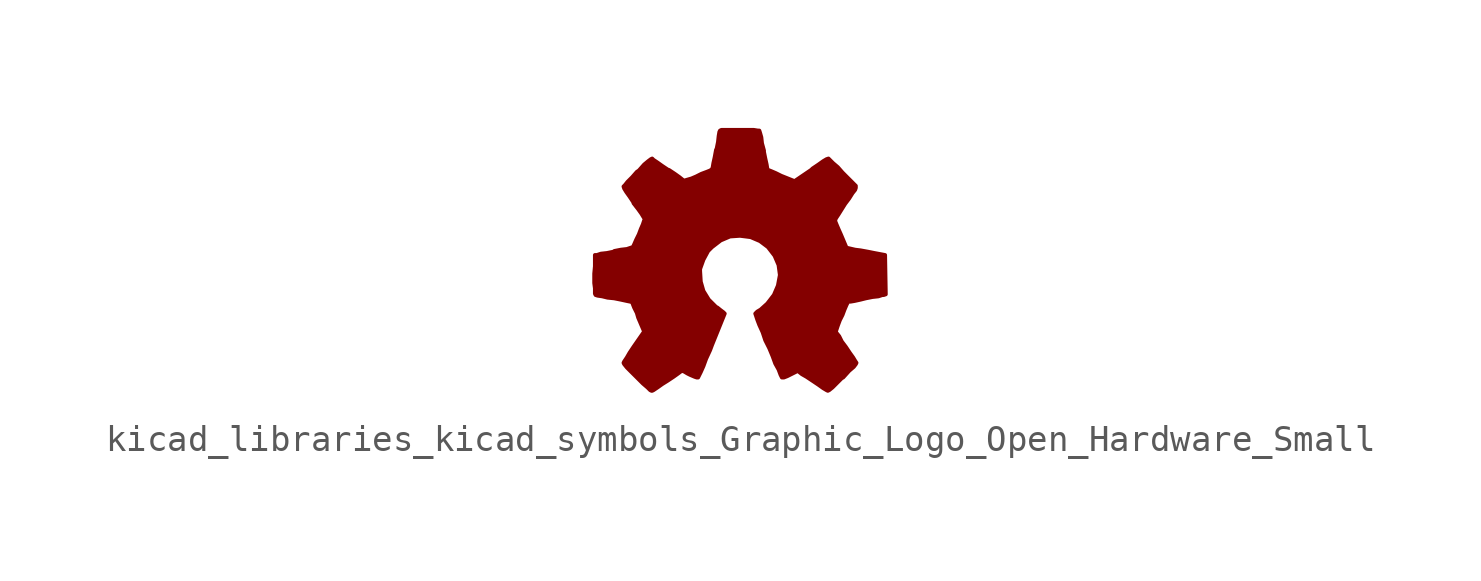
<source format=kicad_sym>
(kicad_symbol_lib
  (version 20220914)
  (generator kicad_symbol_editor)
  (symbol "kicad_libraries_kicad_symbols_Graphic_Logo_Open_Hardware_Small"
    (property "Reference" "#SYM"
      (at 0 6.985 0)
      (effects (font (size 1.27 1.27)) hide))
    (symbol "kicad_libraries_kicad_symbols_Graphic_Logo_Open_Hardware_Small_0_1"
      (polyline (pts (xy 3.353 -4.343) (xy 3.302 -4.318) (xy 3.175 -4.242) (xy 2.997 -4.115) (xy 2.769 -3.962) (xy 2.54 -3.81) (xy 2.362 -3.708) (xy 2.235 -3.607) (xy 2.184 -3.581) (xy 2.159 -3.607) (xy 2.057 -3.658) (xy 1.905 -3.734) (xy 1.803 -3.785) (xy 1.676 -3.835) (xy 1.6 -3.835) (xy 1.6 -3.835) (xy 1.549 -3.734) (xy 1.473 -3.531) (xy 1.346 -3.302) (xy 1.245 -3.023) (xy 1.118 -2.718) (xy 0.965 -2.413) (xy 0.864 -2.108) (xy 0.737 -1.829) (xy 0.66 -1.626) (xy 0.61 -1.473) (xy 0.584 -1.397) (xy 0.584 -1.397) (xy 0.66 -1.321) (xy 0.787 -1.245) (xy 1.041 -1.016) (xy 1.295 -0.686) (xy 1.448 -0.33) (xy 1.524 0.076) (xy 1.473 0.457) (xy 1.321 0.813) (xy 1.067 1.143) (xy 0.762 1.372) (xy 0.406 1.524) (xy 0 1.575) (xy -0.381 1.549) (xy -0.737 1.397) (xy -1.067 1.143) (xy -1.219 0.991) (xy -1.397 0.66) (xy -1.524 0.305) (xy -1.524 0.229) (xy -1.499 -0.178) (xy -1.397 -0.533) (xy -1.194 -0.864) (xy -0.914 -1.143) (xy -0.864 -1.168) (xy -0.737 -1.27) (xy -0.635 -1.346) (xy -0.584 -1.397) (xy -1.067 -2.591) (xy -1.143 -2.794) (xy -1.295 -3.124) (xy -1.397 -3.404) (xy -1.499 -3.632) (xy -1.575 -3.785) (xy -1.6 -3.835) (xy -1.6 -3.835) (xy -1.651 -3.835) (xy -1.727 -3.81) (xy -1.905 -3.734) (xy -2.007 -3.683) (xy -2.134 -3.607) (xy -2.21 -3.581) (xy -2.261 -3.607) (xy -2.362 -3.683) (xy -2.54 -3.81) (xy -2.769 -3.962) (xy -2.972 -4.089) (xy -3.15 -4.216) (xy -3.302 -4.318) (xy -3.353 -4.343) (xy -3.378 -4.343) (xy -3.429 -4.318) (xy -3.531 -4.216) (xy -3.708 -4.064) (xy -3.937 -3.835) (xy -3.962 -3.81) (xy -4.166 -3.607) (xy -4.318 -3.454) (xy -4.42 -3.327) (xy -4.445 -3.277) (xy -4.445 -3.277) (xy -4.42 -3.226) (xy -4.318 -3.073) (xy -4.216 -2.896) (xy -4.064 -2.667) (xy -3.658 -2.083) (xy -3.886 -1.549) (xy -3.937 -1.372) (xy -4.039 -1.168) (xy -4.089 -1.041) (xy -4.115 -0.965) (xy -4.191 -0.94) (xy -4.318 -0.914) (xy -4.547 -0.864) (xy -4.801 -0.813) (xy -5.055 -0.787) (xy -5.258 -0.737) (xy -5.436 -0.711) (xy -5.512 -0.686) (xy -5.512 -0.686) (xy -5.537 -0.635) (xy -5.537 -0.559) (xy -5.537 -0.432) (xy -5.563 -0.229) (xy -5.563 0.076) (xy -5.563 0.127) (xy -5.537 0.406) (xy -5.537 0.635) (xy -5.537 0.762) (xy -5.537 0.838) (xy -5.537 0.838) (xy -5.461 0.838) (xy -5.309 0.889) (xy -5.08 0.914) (xy -4.826 0.965) (xy -4.801 0.991) (xy -4.547 1.041) (xy -4.318 1.067) (xy -4.166 1.118) (xy -4.089 1.143) (xy -4.089 1.143) (xy -4.039 1.245) (xy -3.962 1.422) (xy -3.861 1.626) (xy -3.785 1.829) (xy -3.708 2.007) (xy -3.658 2.159) (xy -3.632 2.21) (xy -3.632 2.21) (xy -3.683 2.286) (xy -3.759 2.413) (xy -3.886 2.591) (xy -4.064 2.819) (xy -4.064 2.845) (xy -4.216 3.073) (xy -4.343 3.251) (xy -4.42 3.378) (xy -4.445 3.454) (xy -4.445 3.454) (xy -4.394 3.505) (xy -4.293 3.632) (xy -4.115 3.81) (xy -3.937 4.013) (xy -3.861 4.064) (xy -3.658 4.293) (xy -3.505 4.42) (xy -3.404 4.496) (xy -3.353 4.521) (xy -3.353 4.521) (xy -3.302 4.47) (xy -3.15 4.369) (xy -2.972 4.242) (xy -2.743 4.089) (xy -2.718 4.089) (xy -2.489 3.937) (xy -2.311 3.81) (xy -2.184 3.708) (xy -2.134 3.683) (xy -2.108 3.683) (xy -2.032 3.708) (xy -1.854 3.759) (xy -1.676 3.835) (xy -1.473 3.937) (xy -1.27 4.013) (xy -1.143 4.064) (xy -1.067 4.115) (xy -1.067 4.115) (xy -1.041 4.191) (xy -1.016 4.343) (xy -0.965 4.572) (xy -0.914 4.851) (xy -0.889 4.902) (xy -0.838 5.156) (xy -0.813 5.385) (xy -0.787 5.537) (xy -0.762 5.588) (xy -0.711 5.613) (xy -0.584 5.613) (xy -0.406 5.613) (xy -0.152 5.613) (xy 0.076 5.613) (xy 0.33 5.613) (xy 0.533 5.613) (xy 0.686 5.588) (xy 0.737 5.588) (xy 0.737 5.588) (xy 0.762 5.512) (xy 0.813 5.334) (xy 0.838 5.105) (xy 0.914 4.826) (xy 0.914 4.775) (xy 0.965 4.521) (xy 1.016 4.293) (xy 1.041 4.14) (xy 1.067 4.089) (xy 1.067 4.089) (xy 1.194 4.039) (xy 1.372 3.962) (xy 1.575 3.861) (xy 2.083 3.658) (xy 2.718 4.089) (xy 2.769 4.14) (xy 2.997 4.293) (xy 3.175 4.42) (xy 3.302 4.496) (xy 3.378 4.521) (xy 3.378 4.521) (xy 3.429 4.47) (xy 3.556 4.343) (xy 3.734 4.191) (xy 3.912 3.988) (xy 4.064 3.835) (xy 4.242 3.658) (xy 4.343 3.556) (xy 4.42 3.48) (xy 4.42 3.429) (xy 4.42 3.404) (xy 4.394 3.327) (xy 4.293 3.2) (xy 4.166 2.997) (xy 4.013 2.794) (xy 3.886 2.591) (xy 3.759 2.388) (xy 3.658 2.235) (xy 3.632 2.159) (xy 3.632 2.134) (xy 3.683 2.007) (xy 3.759 1.829) (xy 3.861 1.6) (xy 4.064 1.118) (xy 4.394 1.041) (xy 4.597 1.016) (xy 4.877 0.965) (xy 5.131 0.914) (xy 5.537 0.838) (xy 5.563 -0.66) (xy 5.486 -0.686) (xy 5.436 -0.686) (xy 5.283 -0.737) (xy 5.055 -0.762) (xy 4.801 -0.813) (xy 4.597 -0.864) (xy 4.369 -0.914) (xy 4.216 -0.94) (xy 4.14 -0.94) (xy 4.115 -0.965) (xy 4.064 -1.067) (xy 3.988 -1.245) (xy 3.912 -1.448) (xy 3.81 -1.651) (xy 3.734 -1.854) (xy 3.683 -2.007) (xy 3.658 -2.083) (xy 3.683 -2.134) (xy 3.785 -2.261) (xy 3.886 -2.464) (xy 4.039 -2.667) (xy 4.191 -2.896) (xy 4.318 -3.073) (xy 4.394 -3.2) (xy 4.445 -3.277) (xy 4.42 -3.327) (xy 4.343 -3.429) (xy 4.166 -3.581) (xy 3.937 -3.835) (xy 3.886 -3.861) (xy 3.683 -4.064) (xy 3.531 -4.216) (xy 3.404 -4.318) (xy 3.353 -4.343)) (stroke (width 0) (type default)) (fill (type outline))))))
</source>
